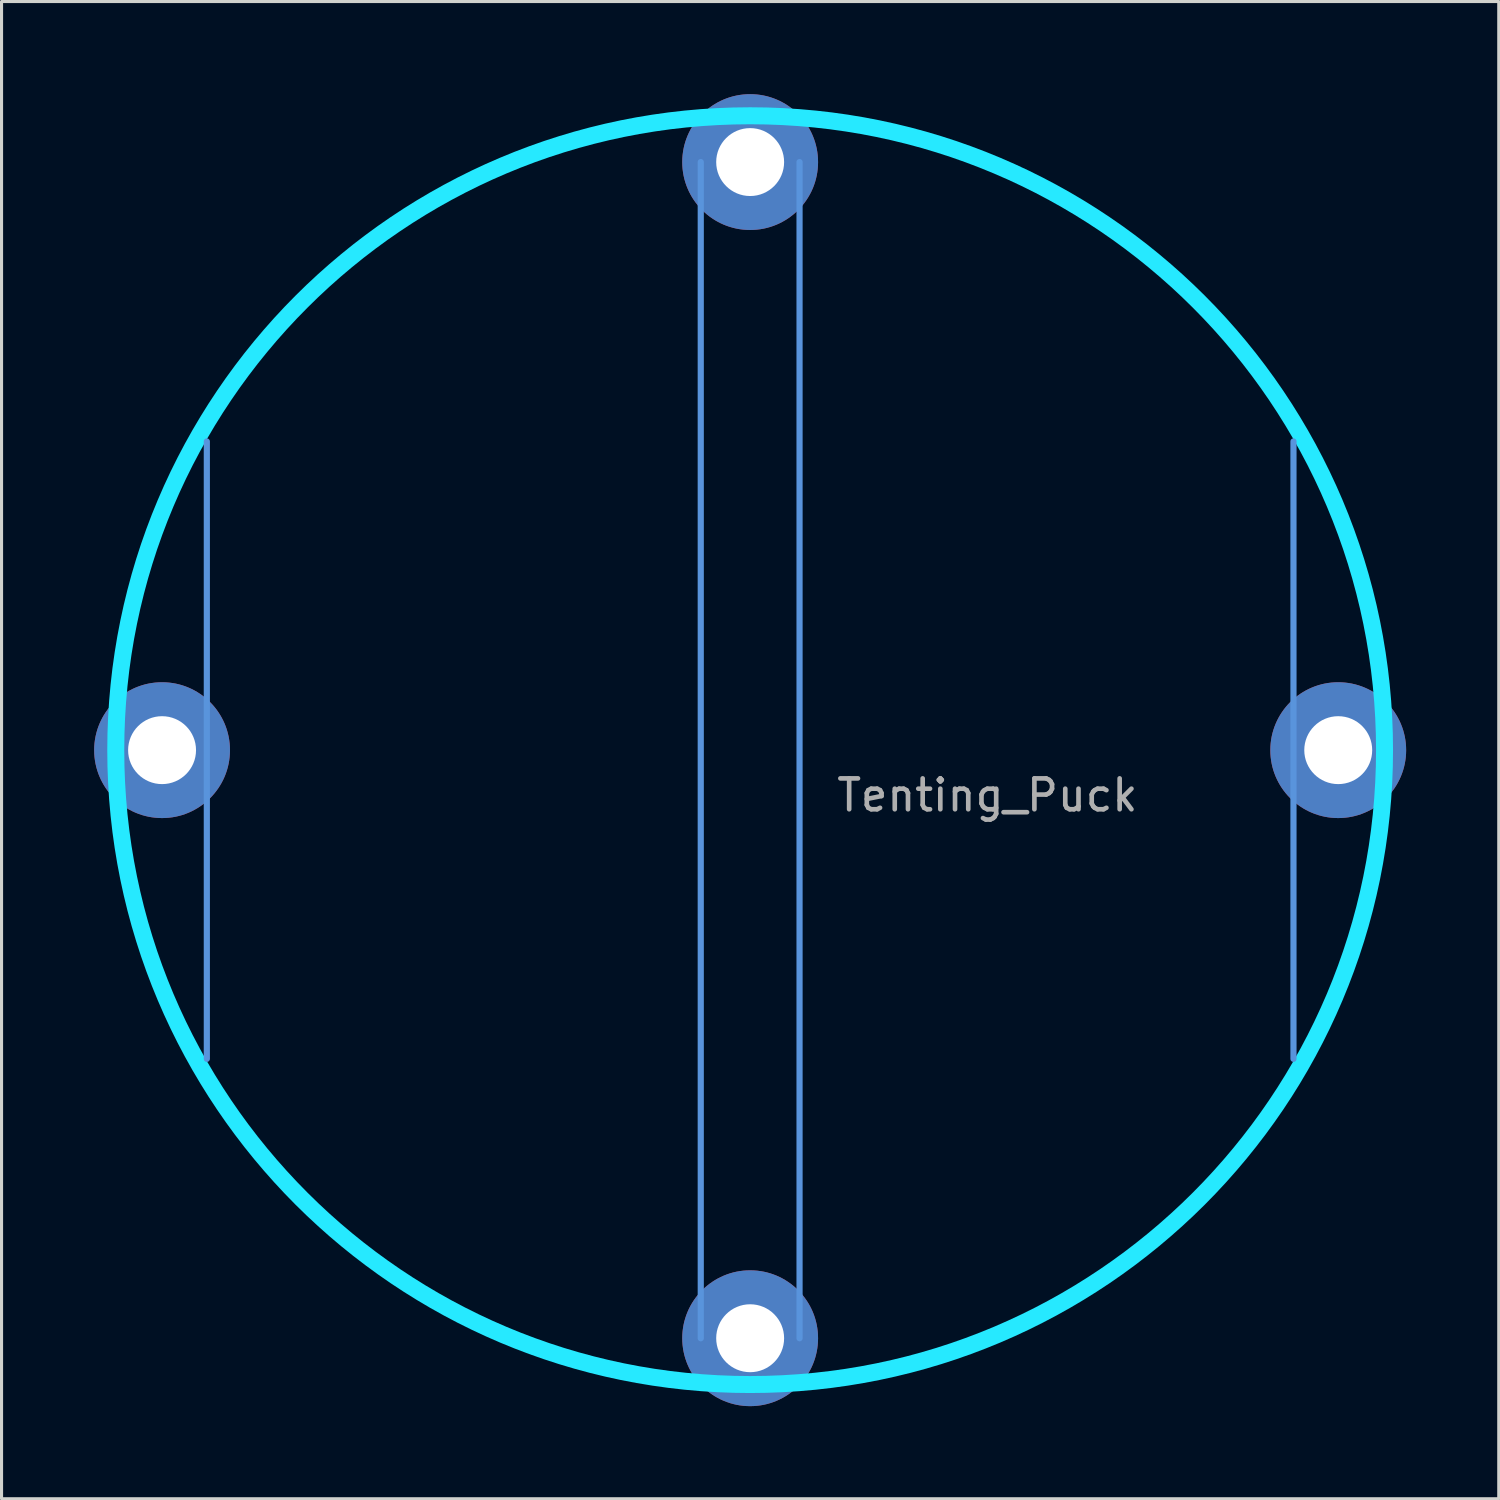
<source format=kicad_pcb>
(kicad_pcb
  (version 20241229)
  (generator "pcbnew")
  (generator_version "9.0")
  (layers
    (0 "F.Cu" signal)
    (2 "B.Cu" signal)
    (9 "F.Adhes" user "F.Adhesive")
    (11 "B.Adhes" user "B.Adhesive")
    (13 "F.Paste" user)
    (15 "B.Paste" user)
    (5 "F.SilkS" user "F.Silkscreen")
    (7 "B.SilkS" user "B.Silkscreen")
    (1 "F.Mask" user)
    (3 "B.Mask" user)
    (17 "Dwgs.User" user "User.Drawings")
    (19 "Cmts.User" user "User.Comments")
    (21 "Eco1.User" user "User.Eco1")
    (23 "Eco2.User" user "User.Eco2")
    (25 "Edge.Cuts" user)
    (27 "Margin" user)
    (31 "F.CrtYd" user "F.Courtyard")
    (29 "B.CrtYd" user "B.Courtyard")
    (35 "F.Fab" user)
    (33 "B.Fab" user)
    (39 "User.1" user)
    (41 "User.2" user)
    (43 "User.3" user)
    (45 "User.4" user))
  (footprint "Tenting_Puck"
    (layer "F.Cu")
    (at 21.25 21.25)
    (property "Reference" "Tenting_Puck" (at 7.684 1.46 0) (layer "F.Fab") (effects (font (size 1 1) (thickness 0.15))))
    (attr through_hole)
    (fp_line (start -17.6 10) (end -17.6 -10) (stroke (width 0.2) (type solid)) (layer "Cmts.User"))
    (fp_line (start -1.6 19.05) (end -1.6 -19.05) (stroke (width 0.2) (type solid)) (layer "Cmts.User"))
    (fp_line (start 1.6 19.05) (end 1.6 -19.05) (stroke (width 0.2) (type solid)) (layer "Cmts.User"))
    (fp_line (start 17.6 10) (end 17.6 -10) (stroke (width 0.2) (type solid)) (layer "Cmts.User"))
    (fp_circle (center 0 0) (end 20.55 0) (stroke (width 0.55) (type solid)) (fill no) (layer "B.CrtYd"))
    (pad "1" thru_hole circle (at -19.05 0) (size 4.4 4.4) (drill 2.2) (layers "*.Cu" "*.Mask"))
    (pad "1" thru_hole circle (at 0 -19.05) (size 4.4 4.4) (drill 2.2) (layers "*.Cu" "*.Mask"))
    (pad "1" thru_hole circle (at 0 19.05) (size 4.4 4.4) (drill 2.2) (layers "*.Cu" "*.Mask"))
    (pad "1" thru_hole circle (at 19.05 0) (size 4.4 4.4) (drill 2.2) (layers "*.Cu" "*.Mask")))
  (gr_rect
    (start -3 -3)
    (end 45.5 45.5)
    (stroke (width 0.1) (type default))
    (fill no)
    (layer "Edge.Cuts")))
</source>
